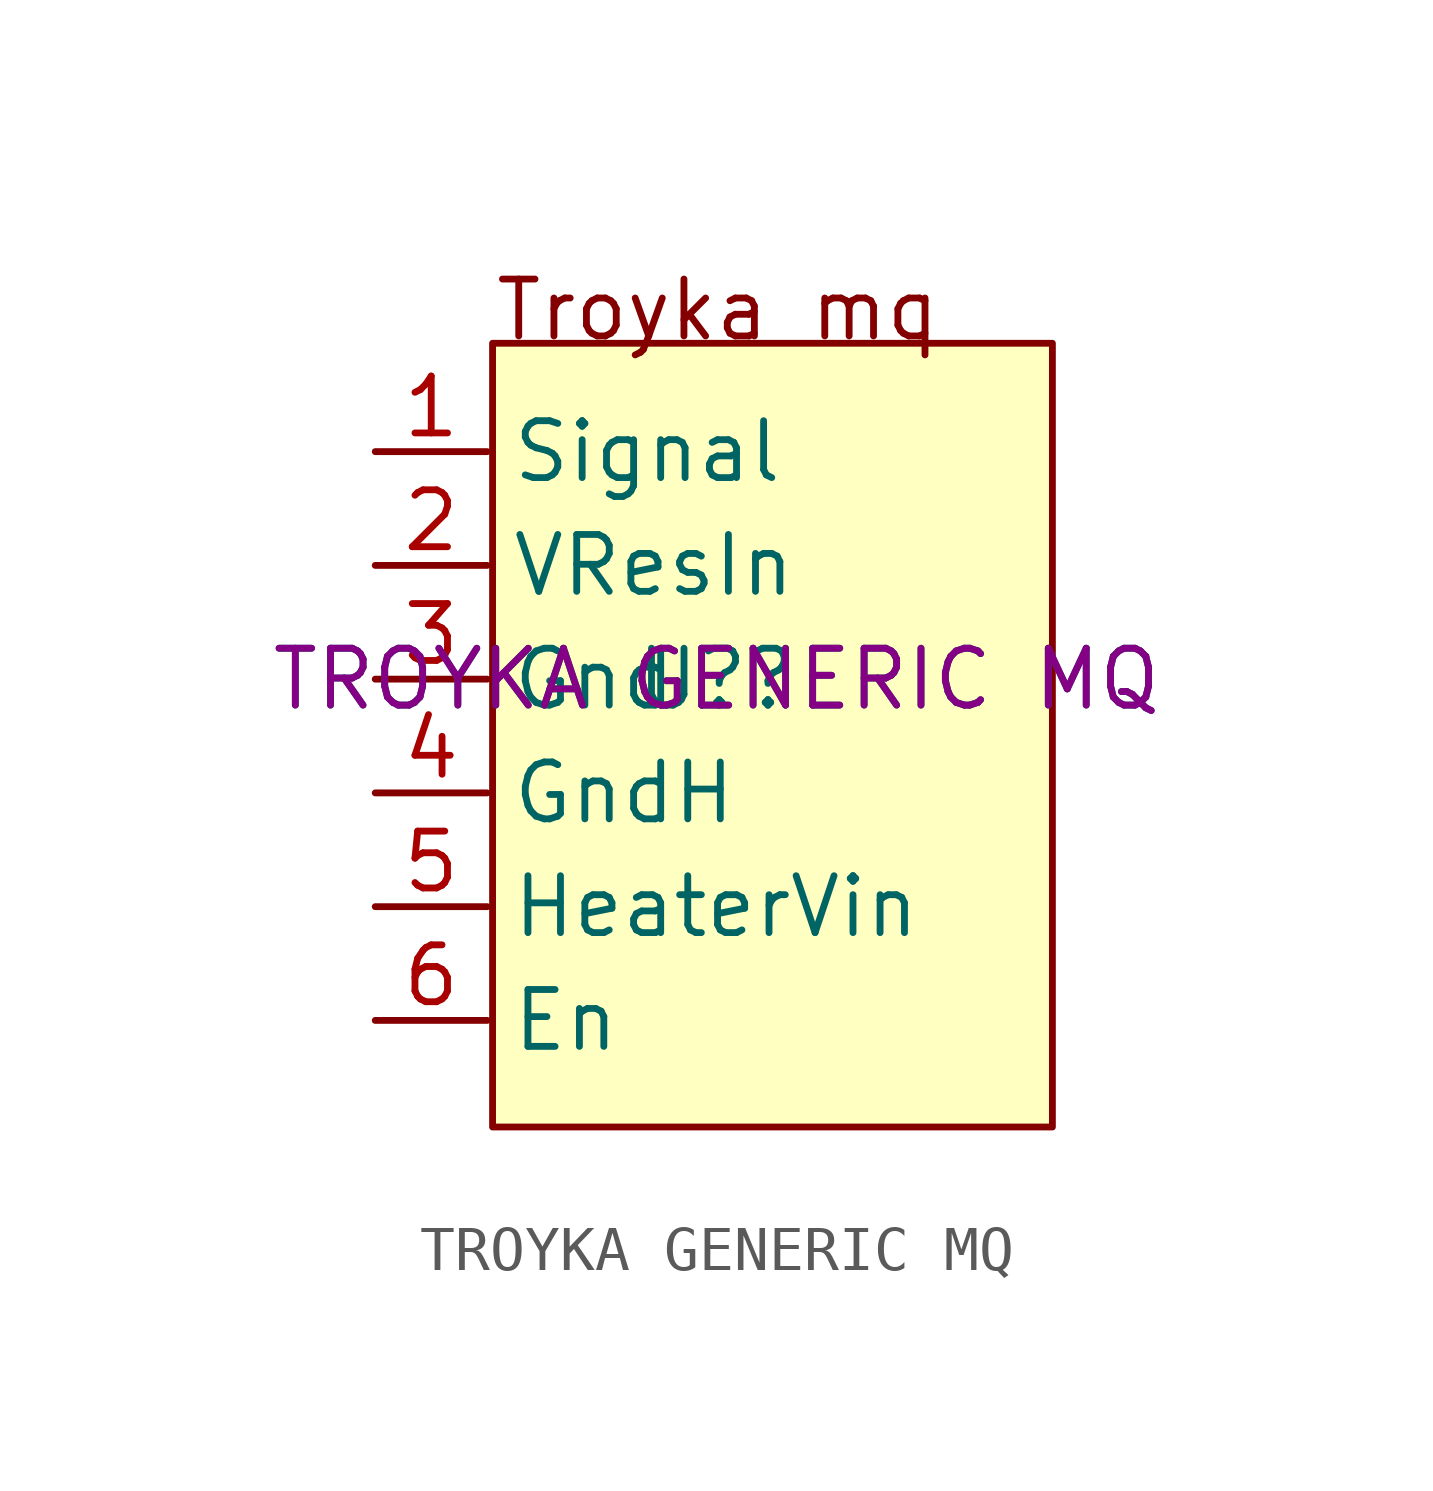
<source format=kicad_sym>
(kicad_symbol_lib
  (version 20211014)
  (generator kicad_symbol_editor)
  (symbol "TROYKA GENERIC MQ"
    (property "Reference" "U?"
      (at 0 0 0)
      (effects (font (size 1.27 1.27))))
    (property "Value" "TROYKA GENERIC MQ"
      (at 0 0 0)
      (effects (font (size 1.27 1.27))))
    (property "Reference_1" ""
      (at 0 0 0)
      (effects (font (size 1.27 1.27))))
    (property "Value_1" "TROYKA GENERIC MQ"
      (at 0 0 0)
      (effects (font (size 1.27 1.27))))
    (symbol "TROYKA GENERIC MQ_1_0"
      (rectangle (start 7.5 7.5) (end -5 -10) (stroke (width 0) (type default) (color 0 0 0 0)) (fill (type background)))
      (text "Troyka mq" (at -5 7.5 0) (effects (font (size 1.27 1.27)) (justify left bottom)))
      (pin output line (at -7.62 5.08 0) (length 2.5) (name "Signal" (effects (font (size 1.27 1.27)))) (number "1" (effects (font (size 1.27 1.27)))))
      (pin power_in line (at -7.62 2.54 0) (length 2.5) (name "VResIn" (effects (font (size 1.27 1.27)))) (number "2" (effects (font (size 1.27 1.27)))))
      (pin power_in line (at -7.62 0 0) (length 2.5) (name "Gnd" (effects (font (size 1.27 1.27)))) (number "3" (effects (font (size 1.27 1.27)))))
      (pin power_in line (at -7.62 -2.54 0) (length 2.5) (name "GndH" (effects (font (size 1.27 1.27)))) (number "4" (effects (font (size 1.27 1.27)))))
      (pin power_in line (at -7.62 -5.08 0) (length 2.5) (name "HeaterVin" (effects (font (size 1.27 1.27)))) (number "5" (effects (font (size 1.27 1.27)))))
      (pin input line (at -7.62 -7.62 0) (length 2.5) (name "En" (effects (font (size 1.27 1.27)))) (number "6" (effects (font (size 1.27 1.27))))))))
</source>
